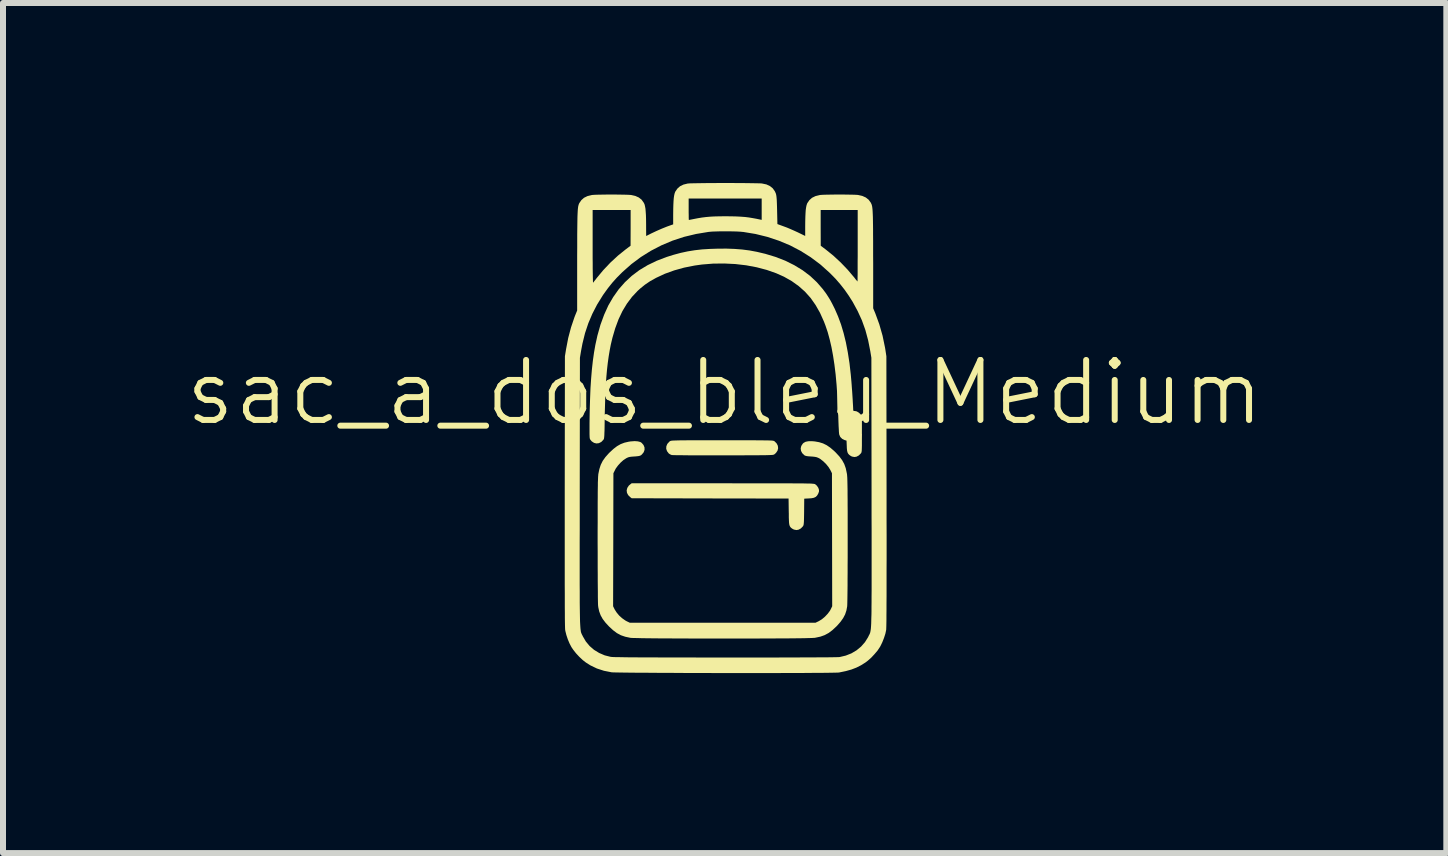
<source format=kicad_pcb>
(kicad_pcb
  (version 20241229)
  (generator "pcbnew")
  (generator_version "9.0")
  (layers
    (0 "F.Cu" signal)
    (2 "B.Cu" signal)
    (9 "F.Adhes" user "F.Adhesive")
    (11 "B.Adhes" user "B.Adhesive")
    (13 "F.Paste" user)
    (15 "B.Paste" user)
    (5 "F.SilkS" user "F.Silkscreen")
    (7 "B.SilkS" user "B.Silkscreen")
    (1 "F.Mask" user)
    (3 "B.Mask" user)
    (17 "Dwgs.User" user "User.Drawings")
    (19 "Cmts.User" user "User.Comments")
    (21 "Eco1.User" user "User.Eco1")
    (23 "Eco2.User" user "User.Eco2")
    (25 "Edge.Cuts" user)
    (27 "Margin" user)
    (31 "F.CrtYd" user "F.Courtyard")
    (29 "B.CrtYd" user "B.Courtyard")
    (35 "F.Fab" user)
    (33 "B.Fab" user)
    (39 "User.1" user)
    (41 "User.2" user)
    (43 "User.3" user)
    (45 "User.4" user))
  (footprint "sac_a_dos_bleu_Medium"
    (layer "F.Cu")
    (at 9.026 3.991)
    (property "Reference" "sac_a_dos_bleu_Medium" (at 0 -0.5 0) (unlocked yes) (layer "F.SilkS") (effects (font (size 1 1) (thickness 0.1))))
    (attr through_hole)
    (fp_poly (pts (xy 0.152 1.013) (xy 0.323 1.013) (xy 0.478 1.013) (xy 0.619 1.013) (xy 0.746 1.013) (xy 0.861 1.013) (xy 0.963 1.013) (xy 1.053 1.013) (xy 1.132 1.014) (xy 1.202 1.014) (xy 1.261 1.015) (xy 1.313 1.015) (xy 1.356 1.016) (xy 1.392 1.017) (xy 1.421 1.017) (xy 1.445 1.018) (xy 1.464 1.02) (xy 1.478 1.021) (xy 1.488 1.022) (xy 1.496 1.024) (xy 1.502 1.025) (xy 1.506 1.027) (xy 1.507 1.027) (xy 1.537 1.053) (xy 1.561 1.089) (xy 1.572 1.123) (xy 1.572 1.149) (xy 1.561 1.181) (xy 1.557 1.189) (xy 1.539 1.219) (xy 1.517 1.24) (xy 1.487 1.254) (xy 1.447 1.262) (xy 1.403 1.265) (xy 1.326 1.269) (xy 1.324 1.488) (xy 1.323 1.554) (xy 1.322 1.606) (xy 1.321 1.646) (xy 1.319 1.674) (xy 1.317 1.695) (xy 1.314 1.709) (xy 1.31 1.72) (xy 1.305 1.728) (xy 1.303 1.731) (xy 1.27 1.765) (xy 1.231 1.786) (xy 1.196 1.792) (xy 1.155 1.784) (xy 1.133 1.773) (xy 1.115 1.761) (xy 1.101 1.749) (xy 1.091 1.736) (xy 1.083 1.72) (xy 1.077 1.699) (xy 1.073 1.67) (xy 1.071 1.632) (xy 1.069 1.582) (xy 1.069 1.519) (xy 1.068 1.487) (xy 1.065 1.267) (xy -0.242 1.265) (xy -1.549 1.262) (xy -1.572 1.245) (xy -1.608 1.21) (xy -1.628 1.171) (xy -1.633 1.13) (xy -1.622 1.089) (xy -1.597 1.051) (xy -1.572 1.03) (xy -1.549 1.012) (xy -0.035 1.012)) (stroke (width 0) (type solid)) (fill yes) (layer "F.SilkS"))
    (fp_poly (pts (xy 0.096 0.296) (xy 0.218 0.296) (xy 0.325 0.296) (xy 0.418 0.296) (xy 0.499 0.296) (xy 0.568 0.297) (xy 0.626 0.297) (xy 0.674 0.298) (xy 0.713 0.298) (xy 0.745 0.299) (xy 0.77 0.3) (xy 0.789 0.301) (xy 0.803 0.303) (xy 0.813 0.305) (xy 0.82 0.307) (xy 0.825 0.309) (xy 0.829 0.312) (xy 0.831 0.313) (xy 0.866 0.348) (xy 0.886 0.387) (xy 0.891 0.428) (xy 0.881 0.469) (xy 0.855 0.507) (xy 0.831 0.528) (xy 0.827 0.531) (xy 0.822 0.534) (xy 0.816 0.536) (xy 0.807 0.538) (xy 0.795 0.54) (xy 0.778 0.541) (xy 0.756 0.542) (xy 0.727 0.543) (xy 0.691 0.544) (xy 0.646 0.545) (xy 0.592 0.545) (xy 0.527 0.546) (xy 0.451 0.546) (xy 0.363 0.546) (xy 0.261 0.547) (xy 0.144 0.547) (xy 0.012 0.547) (xy -0.024 0.547) (xy -0.14 0.547) (xy -0.253 0.547) (xy -0.36 0.547) (xy -0.46 0.547) (xy -0.552 0.547) (xy -0.636 0.546) (xy -0.709 0.545) (xy -0.771 0.545) (xy -0.82 0.544) (xy -0.856 0.543) (xy -0.877 0.542) (xy -0.882 0.542) (xy -0.908 0.531) (xy -0.931 0.516) (xy -0.96 0.478) (xy -0.974 0.438) (xy -0.972 0.397) (xy -0.956 0.357) (xy -0.924 0.321) (xy -0.914 0.313) (xy -0.91 0.31) (xy -0.905 0.308) (xy -0.899 0.306) (xy -0.891 0.304) (xy -0.879 0.302) (xy -0.863 0.301) (xy -0.841 0.3) (xy -0.812 0.299) (xy -0.777 0.298) (xy -0.733 0.297) (xy -0.679 0.297) (xy -0.616 0.296) (xy -0.541 0.296) (xy -0.453 0.296) (xy -0.353 0.296) (xy -0.238 0.296) (xy -0.108 0.296) (xy -0.042 0.296)) (stroke (width 0) (type solid)) (fill yes) (layer "F.SilkS"))
    (fp_poly (pts (xy 0.165 -2.893) (xy 0.293 -2.883) (xy 0.416 -2.867) (xy 0.539 -2.844) (xy 0.665 -2.814) (xy 0.671 -2.813) (xy 0.846 -2.76) (xy 1.009 -2.697) (xy 1.16 -2.622) (xy 1.298 -2.538) (xy 1.424 -2.443) (xy 1.536 -2.338) (xy 1.636 -2.223) (xy 1.647 -2.208) (xy 1.69 -2.15) (xy 1.726 -2.095) (xy 1.759 -2.041) (xy 1.792 -1.98) (xy 1.827 -1.91) (xy 1.834 -1.896) (xy 1.889 -1.77) (xy 1.939 -1.635) (xy 1.982 -1.491) (xy 2.02 -1.337) (xy 2.052 -1.17) (xy 2.08 -0.99) (xy 2.102 -0.796) (xy 2.112 -0.683) (xy 2.116 -0.633) (xy 2.12 -0.575) (xy 2.125 -0.513) (xy 2.129 -0.45) (xy 2.133 -0.388) (xy 2.136 -0.331) (xy 2.139 -0.282) (xy 2.141 -0.242) (xy 2.142 -0.216) (xy 2.142 -0.212) (xy 2.144 -0.198) (xy 2.155 -0.192) (xy 2.17 -0.192) (xy 2.202 -0.185) (xy 2.235 -0.165) (xy 2.265 -0.137) (xy 2.27 -0.131) (xy 2.275 -0.124) (xy 2.278 -0.116) (xy 2.281 -0.106) (xy 2.283 -0.091) (xy 2.285 -0.07) (xy 2.286 -0.042) (xy 2.287 -0.003) (xy 2.287 0.047) (xy 2.287 0.109) (xy 2.287 0.187) (xy 2.288 0.192) (xy 2.287 0.27) (xy 2.287 0.334) (xy 2.287 0.384) (xy 2.286 0.423) (xy 2.285 0.452) (xy 2.284 0.474) (xy 2.281 0.489) (xy 2.279 0.499) (xy 2.275 0.507) (xy 2.27 0.514) (xy 2.27 0.514) (xy 2.237 0.548) (xy 2.198 0.569) (xy 2.163 0.575) (xy 2.121 0.567) (xy 2.1 0.556) (xy 2.075 0.538) (xy 2.058 0.519) (xy 2.047 0.497) (xy 2.04 0.467) (xy 2.036 0.427) (xy 2.035 0.397) (xy 2.031 0.302) (xy 1.998 0.292) (xy 1.958 0.272) (xy 1.927 0.241) (xy 1.91 0.203) (xy 1.907 0.186) (xy 1.904 0.154) (xy 1.902 0.112) (xy 1.899 0.062) (xy 1.897 0.006) (xy 1.896 -0.017) (xy 1.889 -0.236) (xy 1.878 -0.439) (xy 1.865 -0.628) (xy 1.849 -0.803) (xy 1.829 -0.966) (xy 1.806 -1.116) (xy 1.78 -1.256) (xy 1.75 -1.385) (xy 1.717 -1.506) (xy 1.679 -1.618) (xy 1.654 -1.683) (xy 1.589 -1.828) (xy 1.515 -1.958) (xy 1.432 -2.076) (xy 1.338 -2.181) (xy 1.233 -2.274) (xy 1.117 -2.357) (xy 0.988 -2.43) (xy 0.858 -2.488) (xy 0.701 -2.543) (xy 0.534 -2.587) (xy 0.358 -2.62) (xy 0.177 -2.641) (xy -0.007 -2.65) (xy -0.193 -2.648) (xy -0.378 -2.633) (xy -0.5 -2.616) (xy -0.676 -2.581) (xy -0.841 -2.535) (xy -0.996 -2.479) (xy -1.142 -2.411) (xy -1.149 -2.407) (xy -1.244 -2.354) (xy -1.328 -2.297) (xy -1.406 -2.234) (xy -1.451 -2.193) (xy -1.544 -2.094) (xy -1.628 -1.982) (xy -1.703 -1.858) (xy -1.768 -1.721) (xy -1.824 -1.57) (xy -1.872 -1.406) (xy -1.874 -1.396) (xy -1.897 -1.3) (xy -1.916 -1.202) (xy -1.933 -1.1) (xy -1.948 -0.992) (xy -1.961 -0.877) (xy -1.972 -0.753) (xy -1.981 -0.619) (xy -1.988 -0.474) (xy -1.993 -0.316) (xy -1.998 -0.143) (xy -1.999 -0.082) (xy -2 0.003) (xy -2.001 0.074) (xy -2.002 0.13) (xy -2.004 0.175) (xy -2.005 0.21) (xy -2.007 0.236) (xy -2.009 0.255) (xy -2.011 0.268) (xy -2.015 0.277) (xy -2.018 0.284) (xy -2.022 0.289) (xy -2.056 0.324) (xy -2.096 0.344) (xy -2.137 0.349) (xy -2.177 0.339) (xy -2.215 0.314) (xy -2.236 0.289) (xy -2.241 0.282) (xy -2.245 0.274) (xy -2.248 0.263) (xy -2.25 0.247) (xy -2.251 0.224) (xy -2.252 0.193) (xy -2.252 0.151) (xy -2.252 0.097) (xy -2.252 0.028) (xy -2.252 0.01) (xy -2.249 -0.198) (xy -2.243 -0.39) (xy -2.236 -0.569) (xy -2.225 -0.735) (xy -2.212 -0.888) (xy -2.196 -1.032) (xy -2.177 -1.166) (xy -2.155 -1.292) (xy -2.129 -1.41) (xy -2.121 -1.447) (xy -2.07 -1.628) (xy -2.009 -1.795) (xy -1.939 -1.95) (xy -1.857 -2.091) (xy -1.765 -2.221) (xy -1.662 -2.338) (xy -1.548 -2.444) (xy -1.422 -2.539) (xy -1.284 -2.622) (xy -1.133 -2.695) (xy -0.969 -2.758) (xy -0.851 -2.795) (xy -0.732 -2.827) (xy -0.616 -2.852) (xy -0.498 -2.871) (xy -0.375 -2.885) (xy -0.244 -2.893) (xy -0.121 -2.897) (xy 0.028 -2.898)) (stroke (width 0) (type solid)) (fill yes) (layer "F.SilkS"))
    (fp_poly (pts (xy -1.446 0.314) (xy -1.405 0.325) (xy -1.383 0.339) (xy -1.352 0.375) (xy -1.336 0.414) (xy -1.335 0.455) (xy -1.349 0.495) (xy -1.378 0.531) (xy -1.393 0.544) (xy -1.408 0.552) (xy -1.428 0.558) (xy -1.457 0.562) (xy -1.499 0.566) (xy -1.506 0.566) (xy -1.549 0.569) (xy -1.58 0.573) (xy -1.604 0.579) (xy -1.626 0.588) (xy -1.641 0.596) (xy -1.688 0.627) (xy -1.735 0.669) (xy -1.778 0.717) (xy -1.814 0.766) (xy -1.826 0.789) (xy -1.854 0.845) (xy -1.856 1.954) (xy -1.859 3.062) (xy -1.833 3.115) (xy -1.801 3.165) (xy -1.759 3.216) (xy -1.709 3.261) (xy -1.657 3.298) (xy -1.636 3.31) (xy -1.58 3.337) (xy -0.033 3.337) (xy 1.513 3.337) (xy 1.569 3.31) (xy 1.621 3.278) (xy 1.672 3.235) (xy 1.718 3.186) (xy 1.755 3.136) (xy 1.766 3.115) (xy 1.792 3.062) (xy 1.79 1.954) (xy 1.788 0.845) (xy 1.76 0.789) (xy 1.73 0.741) (xy 1.69 0.692) (xy 1.644 0.647) (xy 1.597 0.61) (xy 1.575 0.596) (xy 1.551 0.585) (xy 1.529 0.577) (xy 1.503 0.572) (xy 1.469 0.568) (xy 1.439 0.566) (xy 1.395 0.563) (xy 1.365 0.559) (xy 1.343 0.553) (xy 1.328 0.546) (xy 1.327 0.544) (xy 1.292 0.51) (xy 1.272 0.471) (xy 1.267 0.43) (xy 1.277 0.39) (xy 1.302 0.352) (xy 1.316 0.339) (xy 1.349 0.321) (xy 1.394 0.312) (xy 1.452 0.311) (xy 1.502 0.315) (xy 1.574 0.328) (xy 1.639 0.348) (xy 1.7 0.378) (xy 1.76 0.419) (xy 1.822 0.472) (xy 1.851 0.5) (xy 1.911 0.565) (xy 1.958 0.628) (xy 1.993 0.692) (xy 2.018 0.762) (xy 2.035 0.842) (xy 2.038 0.858) (xy 2.04 0.872) (xy 2.041 0.89) (xy 2.043 0.914) (xy 2.044 0.942) (xy 2.045 0.977) (xy 2.046 1.02) (xy 2.047 1.071) (xy 2.048 1.131) (xy 2.048 1.201) (xy 2.049 1.282) (xy 2.049 1.374) (xy 2.05 1.48) (xy 2.05 1.599) (xy 2.05 1.732) (xy 2.05 1.881) (xy 2.05 1.968) (xy 2.05 2.112) (xy 2.05 2.25) (xy 2.049 2.38) (xy 2.049 2.501) (xy 2.048 2.613) (xy 2.048 2.714) (xy 2.047 2.805) (xy 2.046 2.883) (xy 2.045 2.948) (xy 2.044 3) (xy 2.043 3.037) (xy 2.042 3.058) (xy 2.042 3.061) (xy 2.029 3.132) (xy 2.007 3.198) (xy 1.975 3.259) (xy 1.931 3.321) (xy 1.874 3.386) (xy 1.859 3.401) (xy 1.794 3.461) (xy 1.731 3.508) (xy 1.666 3.543) (xy 1.596 3.568) (xy 1.517 3.585) (xy 1.501 3.588) (xy 1.482 3.589) (xy 1.447 3.591) (xy 1.398 3.592) (xy 1.335 3.594) (xy 1.261 3.595) (xy 1.174 3.596) (xy 1.078 3.597) (xy 0.972 3.598) (xy 0.858 3.598) (xy 0.737 3.599) (xy 0.61 3.599) (xy 0.478 3.6) (xy 0.342 3.6) (xy 0.203 3.6) (xy 0.062 3.6) (xy -0.079 3.6) (xy -0.221 3.6) (xy -0.36 3.6) (xy -0.498 3.6) (xy -0.631 3.599) (xy -0.761 3.599) (xy -0.884 3.598) (xy -1.001 3.598) (xy -1.11 3.597) (xy -1.211 3.596) (xy -1.301 3.595) (xy -1.381 3.594) (xy -1.449 3.592) (xy -1.503 3.591) (xy -1.544 3.59) (xy -1.569 3.588) (xy -1.575 3.587) (xy -1.656 3.57) (xy -1.729 3.545) (xy -1.796 3.509) (xy -1.861 3.46) (xy -1.925 3.401) (xy -1.986 3.335) (xy -2.033 3.273) (xy -2.067 3.212) (xy -2.091 3.147) (xy -2.106 3.078) (xy -2.108 3.061) (xy -2.11 3.044) (xy -2.111 3.011) (xy -2.112 2.963) (xy -2.113 2.902) (xy -2.113 2.827) (xy -2.114 2.739) (xy -2.115 2.641) (xy -2.115 2.531) (xy -2.116 2.412) (xy -2.116 2.285) (xy -2.116 2.149) (xy -2.117 2.007) (xy -2.117 1.968) (xy -2.117 1.811) (xy -2.116 1.669) (xy -2.116 1.543) (xy -2.116 1.43) (xy -2.116 1.331) (xy -2.115 1.243) (xy -2.115 1.167) (xy -2.114 1.102) (xy -2.113 1.046) (xy -2.113 1) (xy -2.111 0.96) (xy -2.11 0.928) (xy -2.109 0.902) (xy -2.107 0.882) (xy -2.106 0.865) (xy -2.105 0.858) (xy -2.088 0.776) (xy -2.065 0.705) (xy -2.032 0.639) (xy -1.987 0.576) (xy -1.93 0.512) (xy -1.918 0.5) (xy -1.853 0.44) (xy -1.793 0.394) (xy -1.733 0.36) (xy -1.67 0.336) (xy -1.601 0.32) (xy -1.569 0.315) (xy -1.5 0.31)) (stroke (width 0) (type solid)) (fill yes) (layer "F.SilkS"))
    (fp_poly (pts (xy 0.059 -3.991) (xy 0.149 -3.991) (xy 0.236 -3.99) (xy 0.319 -3.99) (xy 0.396 -3.989) (xy 0.465 -3.988) (xy 0.524 -3.987) (xy 0.571 -3.986) (xy 0.606 -3.985) (xy 0.623 -3.983) (xy 0.695 -3.968) (xy 0.754 -3.941) (xy 0.801 -3.903) (xy 0.836 -3.854) (xy 0.838 -3.849) (xy 0.846 -3.832) (xy 0.853 -3.816) (xy 0.858 -3.797) (xy 0.862 -3.775) (xy 0.865 -3.747) (xy 0.868 -3.711) (xy 0.87 -3.664) (xy 0.872 -3.606) (xy 0.874 -3.533) (xy 0.874 -3.526) (xy 0.879 -3.307) (xy 0.988 -3.267) (xy 1.037 -3.249) (xy 1.094 -3.225) (xy 1.153 -3.199) (xy 1.208 -3.174) (xy 1.219 -3.169) (xy 1.342 -3.109) (xy 1.342 -3.265) (xy 1.343 -3.357) (xy 1.345 -3.434) (xy 1.348 -3.497) (xy 1.351 -3.542) (xy 1.6 -3.542) (xy 1.6 -3.244) (xy 1.601 -2.946) (xy 1.686 -2.882) (xy 1.811 -2.781) (xy 1.934 -2.667) (xy 2.05 -2.546) (xy 2.155 -2.422) (xy 2.161 -2.415) (xy 2.182 -2.387) (xy 2.2 -2.366) (xy 2.211 -2.353) (xy 2.214 -2.35) (xy 2.214 -2.358) (xy 2.215 -2.382) (xy 2.215 -2.419) (xy 2.216 -2.469) (xy 2.216 -2.531) (xy 2.216 -2.603) (xy 2.216 -2.683) (xy 2.217 -2.771) (xy 2.217 -2.865) (xy 2.217 -2.946) (xy 2.217 -3.542) (xy 1.908 -3.542) (xy 1.6 -3.542) (xy 1.351 -3.542) (xy 1.352 -3.549) (xy 1.358 -3.59) (xy 1.365 -3.622) (xy 1.374 -3.648) (xy 1.377 -3.655) (xy 1.412 -3.706) (xy 1.456 -3.745) (xy 1.513 -3.773) (xy 1.582 -3.79) (xy 1.593 -3.792) (xy 1.621 -3.794) (xy 1.663 -3.796) (xy 1.715 -3.797) (xy 1.776 -3.798) (xy 1.843 -3.799) (xy 1.912 -3.799) (xy 1.981 -3.799) (xy 2.047 -3.798) (xy 2.107 -3.797) (xy 2.159 -3.796) (xy 2.199 -3.794) (xy 2.223 -3.792) (xy 2.294 -3.776) (xy 2.352 -3.75) (xy 2.399 -3.713) (xy 2.435 -3.664) (xy 2.439 -3.655) (xy 2.445 -3.643) (xy 2.45 -3.631) (xy 2.454 -3.616) (xy 2.458 -3.598) (xy 2.461 -3.576) (xy 2.464 -3.548) (xy 2.466 -3.515) (xy 2.468 -3.474) (xy 2.47 -3.426) (xy 2.471 -3.368) (xy 2.472 -3.301) (xy 2.473 -3.222) (xy 2.473 -3.131) (xy 2.474 -3.028) (xy 2.474 -2.91) (xy 2.474 -2.778) (xy 2.475 -2.663) (xy 2.475 -1.904) (xy 2.512 -1.815) (xy 2.577 -1.637) (xy 2.631 -1.448) (xy 2.672 -1.25) (xy 2.677 -1.221) (xy 2.695 -1.104) (xy 2.698 1.146) (xy 2.698 1.404) (xy 2.698 1.646) (xy 2.699 1.872) (xy 2.699 2.081) (xy 2.699 2.275) (xy 2.698 2.453) (xy 2.698 2.616) (xy 2.698 2.764) (xy 2.698 2.896) (xy 2.697 3.015) (xy 2.697 3.118) (xy 2.696 3.207) (xy 2.696 3.283) (xy 2.695 3.344) (xy 2.694 3.392) (xy 2.693 3.426) (xy 2.692 3.448) (xy 2.692 3.454) (xy 2.678 3.52) (xy 2.655 3.591) (xy 2.627 3.662) (xy 2.596 3.726) (xy 2.586 3.743) (xy 2.548 3.8) (xy 2.498 3.859) (xy 2.444 3.917) (xy 2.388 3.967) (xy 2.346 3.999) (xy 2.273 4.045) (xy 2.196 4.084) (xy 2.113 4.116) (xy 2.02 4.142) (xy 1.915 4.164) (xy 1.904 4.166) (xy 1.889 4.167) (xy 1.858 4.168) (xy 1.812 4.169) (xy 1.753 4.17) (xy 1.68 4.171) (xy 1.596 4.172) (xy 1.501 4.172) (xy 1.395 4.173) (xy 1.28 4.174) (xy 1.157 4.174) (xy 1.027 4.174) (xy 0.89 4.175) (xy 0.748 4.175) (xy 0.601 4.175) (xy 0.45 4.175) (xy 0.297 4.175) (xy 0.143 4.175) (xy -0.013 4.175) (xy -0.169 4.175) (xy -0.323 4.174) (xy -0.475 4.174) (xy -0.625 4.174) (xy -0.771 4.173) (xy -0.912 4.172) (xy -1.047 4.172) (xy -1.175 4.171) (xy -1.296 4.17) (xy -1.408 4.17) (xy -1.511 4.169) (xy -1.604 4.168) (xy -1.685 4.167) (xy -1.754 4.166) (xy -1.81 4.165) (xy -1.851 4.164) (xy -1.878 4.163) (xy -1.886 4.162) (xy -2.012 4.137) (xy -2.129 4.099) (xy -2.239 4.046) (xy -2.313 3.999) (xy -2.367 3.957) (xy -2.423 3.904) (xy -2.477 3.846) (xy -2.524 3.786) (xy -2.553 3.743) (xy -2.585 3.682) (xy -2.614 3.613) (xy -2.638 3.541) (xy -2.655 3.473) (xy -2.658 3.454) (xy -2.659 3.441) (xy -2.66 3.415) (xy -2.661 3.375) (xy -2.662 3.322) (xy -2.663 3.255) (xy -2.663 3.175) (xy -2.664 3.08) (xy -2.664 2.971) (xy -2.664 2.848) (xy -2.665 2.71) (xy -2.665 2.557) (xy -2.665 2.457) (xy -2.416 2.457) (xy -2.416 2.589) (xy -2.416 2.709) (xy -2.415 2.818) (xy -2.415 2.916) (xy -2.415 3.004) (xy -2.414 3.082) (xy -2.413 3.152) (xy -2.412 3.214) (xy -2.411 3.267) (xy -2.41 3.314) (xy -2.408 3.354) (xy -2.406 3.389) (xy -2.404 3.418) (xy -2.402 3.442) (xy -2.399 3.463) (xy -2.397 3.48) (xy -2.394 3.494) (xy -2.39 3.506) (xy -2.386 3.516) (xy -2.382 3.526) (xy -2.378 3.534) (xy -2.373 3.543) (xy -2.368 3.553) (xy -2.364 3.562) (xy -2.314 3.648) (xy -2.251 3.724) (xy -2.177 3.788) (xy -2.092 3.84) (xy -1.999 3.88) (xy -1.904 3.904) (xy -1.895 3.905) (xy -1.88 3.907) (xy -1.86 3.908) (xy -1.833 3.909) (xy -1.799 3.91) (xy -1.757 3.91) (xy -1.707 3.911) (xy -1.648 3.912) (xy -1.58 3.913) (xy -1.502 3.913) (xy -1.413 3.914) (xy -1.314 3.914) (xy -1.202 3.914) (xy -1.078 3.915) (xy -0.941 3.915) (xy -0.79 3.915) (xy -0.625 3.915) (xy -0.446 3.916) (xy -0.251 3.916) (xy -0.04 3.916) (xy 0.008 3.916) (xy 0.25 3.916) (xy 0.475 3.916) (xy 0.684 3.916) (xy 0.877 3.916) (xy 1.054 3.915) (xy 1.214 3.915) (xy 1.358 3.914) (xy 1.486 3.914) (xy 1.597 3.913) (xy 1.692 3.913) (xy 1.77 3.912) (xy 1.832 3.911) (xy 1.877 3.91) (xy 1.906 3.909) (xy 1.917 3.908) (xy 2.018 3.884) (xy 2.112 3.847) (xy 2.198 3.796) (xy 2.273 3.734) (xy 2.338 3.66) (xy 2.39 3.577) (xy 2.397 3.562) (xy 2.402 3.551) (xy 2.407 3.542) (xy 2.412 3.533) (xy 2.416 3.524) (xy 2.42 3.515) (xy 2.424 3.504) (xy 2.427 3.492) (xy 2.43 3.478) (xy 2.433 3.46) (xy 2.436 3.439) (xy 2.438 3.414) (xy 2.44 3.384) (xy 2.442 3.349) (xy 2.443 3.307) (xy 2.444 3.259) (xy 2.446 3.205) (xy 2.447 3.142) (xy 2.447 3.071) (xy 2.448 2.991) (xy 2.448 2.901) (xy 2.449 2.802) (xy 2.449 2.691) (xy 2.449 2.569) (xy 2.449 2.436) (xy 2.449 2.289) (xy 2.449 2.13) (xy 2.449 1.957) (xy 2.449 1.769) (xy 2.448 1.567) (xy 2.448 1.349) (xy 2.448 1.152) (xy 2.445 -1.079) (xy 2.427 -1.188) (xy 2.391 -1.37) (xy 2.345 -1.541) (xy 2.287 -1.703) (xy 2.216 -1.858) (xy 2.133 -2.011) (xy 2.067 -2.115) (xy 1.997 -2.215) (xy 1.926 -2.305) (xy 1.851 -2.392) (xy 1.766 -2.479) (xy 1.739 -2.505) (xy 1.591 -2.637) (xy 1.433 -2.755) (xy 1.266 -2.86) (xy 1.09 -2.952) (xy 0.905 -3.029) (xy 0.713 -3.093) (xy 0.514 -3.142) (xy 0.308 -3.176) (xy 0.304 -3.176) (xy 0.262 -3.18) (xy 0.207 -3.183) (xy 0.142 -3.185) (xy 0.072 -3.186) (xy -0.002 -3.186) (xy -0.074 -3.186) (xy -0.143 -3.184) (xy -0.203 -3.182) (xy -0.252 -3.178) (xy -0.271 -3.176) (xy -0.476 -3.142) (xy -0.676 -3.094) (xy -0.868 -3.031) (xy -1.053 -2.953) (xy -1.229 -2.862) (xy -1.397 -2.757) (xy -1.555 -2.639) (xy -1.703 -2.508) (xy -1.706 -2.505) (xy -1.795 -2.416) (xy -1.873 -2.329) (xy -1.945 -2.239) (xy -2.015 -2.142) (xy -2.032 -2.117) (xy -2.126 -1.965) (xy -2.205 -1.812) (xy -2.272 -1.654) (xy -2.327 -1.489) (xy -2.37 -1.315) (xy -2.394 -1.188) (xy -2.412 -1.079) (xy -2.415 1.152) (xy -2.415 1.383) (xy -2.415 1.599) (xy -2.415 1.799) (xy -2.416 1.985) (xy -2.416 2.156) (xy -2.416 2.313) (xy -2.416 2.457) (xy -2.665 2.457) (xy -2.665 2.388) (xy -2.665 2.204) (xy -2.665 2.005) (xy -2.665 1.79) (xy -2.665 1.558) (xy -2.665 1.311) (xy -2.665 1.146) (xy -2.662 -1.104) (xy -2.643 -1.221) (xy -2.607 -1.409) (xy -2.56 -1.586) (xy -2.503 -1.755) (xy -2.491 -1.786) (xy -2.458 -1.867) (xy -2.458 -2.644) (xy -2.458 -2.79) (xy -2.457 -2.921) (xy -2.457 -2.932) (xy -2.2 -2.932) (xy -2.2 -2.833) (xy -2.2 -2.739) (xy -2.199 -2.652) (xy -2.199 -2.572) (xy -2.198 -2.502) (xy -2.197 -2.442) (xy -2.196 -2.393) (xy -2.195 -2.357) (xy -2.194 -2.336) (xy -2.193 -2.33) (xy -2.185 -2.339) (xy -2.17 -2.359) (xy -2.149 -2.385) (xy -2.132 -2.408) (xy -2.024 -2.538) (xy -1.904 -2.665) (xy -1.776 -2.783) (xy -1.653 -2.882) (xy -1.568 -2.946) (xy -1.567 -3.244) (xy -1.567 -3.542) (xy -1.883 -3.542) (xy -2.2 -3.542) (xy -2.2 -2.932) (xy -2.457 -2.932) (xy -2.457 -3.037) (xy -2.457 -3.139) (xy -2.456 -3.228) (xy -2.455 -3.306) (xy -2.454 -3.372) (xy -2.453 -3.429) (xy -2.451 -3.477) (xy -2.449 -3.517) (xy -2.447 -3.55) (xy -2.444 -3.577) (xy -2.441 -3.599) (xy -2.437 -3.616) (xy -2.433 -3.631) (xy -2.428 -3.644) (xy -2.423 -3.655) (xy -2.388 -3.706) (xy -2.344 -3.745) (xy -2.287 -3.773) (xy -2.218 -3.79) (xy -2.207 -3.792) (xy -2.179 -3.794) (xy -2.138 -3.796) (xy -2.086 -3.797) (xy -2.025 -3.798) (xy -1.958 -3.799) (xy -1.888 -3.799) (xy -1.819 -3.799) (xy -1.751 -3.798) (xy -1.69 -3.797) (xy -1.636 -3.796) (xy -1.593 -3.794) (xy -1.563 -3.792) (xy -1.56 -3.792) (xy -1.489 -3.776) (xy -1.431 -3.75) (xy -1.384 -3.713) (xy -1.349 -3.664) (xy -1.344 -3.655) (xy -1.334 -3.632) (xy -1.327 -3.602) (xy -1.32 -3.564) (xy -1.316 -3.516) (xy -1.312 -3.457) (xy -1.31 -3.385) (xy -1.309 -3.298) (xy -1.309 -3.265) (xy -1.308 -3.108) (xy -1.227 -3.149) (xy -1.14 -3.19) (xy -1.049 -3.23) (xy -0.962 -3.265) (xy -0.923 -3.279) (xy -0.858 -3.302) (xy -0.858 -3.457) (xy -0.857 -3.549) (xy -0.857 -3.554) (xy -0.6 -3.554) (xy -0.6 -3.502) (xy -0.599 -3.455) (xy -0.599 -3.417) (xy -0.598 -3.39) (xy -0.597 -3.376) (xy -0.597 -3.375) (xy -0.588 -3.377) (xy -0.566 -3.381) (xy -0.536 -3.387) (xy -0.516 -3.391) (xy -0.444 -3.405) (xy -0.377 -3.416) (xy -0.312 -3.424) (xy -0.245 -3.43) (xy -0.173 -3.434) (xy -0.091 -3.436) (xy 0.003 -3.437) (xy 0.017 -3.437) (xy 0.113 -3.436) (xy 0.197 -3.434) (xy 0.271 -3.43) (xy 0.339 -3.425) (xy 0.404 -3.417) (xy 0.47 -3.406) (xy 0.541 -3.393) (xy 0.544 -3.392) (xy 0.617 -3.377) (xy 0.617 -3.555) (xy 0.617 -3.733) (xy 0.008 -3.733) (xy -0.6 -3.733) (xy -0.6 -3.554) (xy -0.857 -3.554) (xy -0.855 -3.626) (xy -0.852 -3.689) (xy -0.848 -3.741) (xy -0.842 -3.782) (xy -0.835 -3.814) (xy -0.826 -3.84) (xy -0.823 -3.847) (xy -0.788 -3.898) (xy -0.744 -3.937) (xy -0.687 -3.965) (xy -0.618 -3.982) (xy -0.607 -3.983) (xy -0.586 -3.985) (xy -0.551 -3.986) (xy -0.502 -3.987) (xy -0.442 -3.988) (xy -0.372 -3.989) (xy -0.295 -3.99) (xy -0.211 -3.99) (xy -0.123 -3.991) (xy -0.033 -3.991)) (stroke (width 0) (type solid)) (fill yes) (layer "F.SilkS")))
  (gr_rect
    (start -3 -3)
    (end 21.052 11.166)
    (stroke (width 0.1) (type default))
    (fill no)
    (layer "Edge.Cuts")))
</source>
